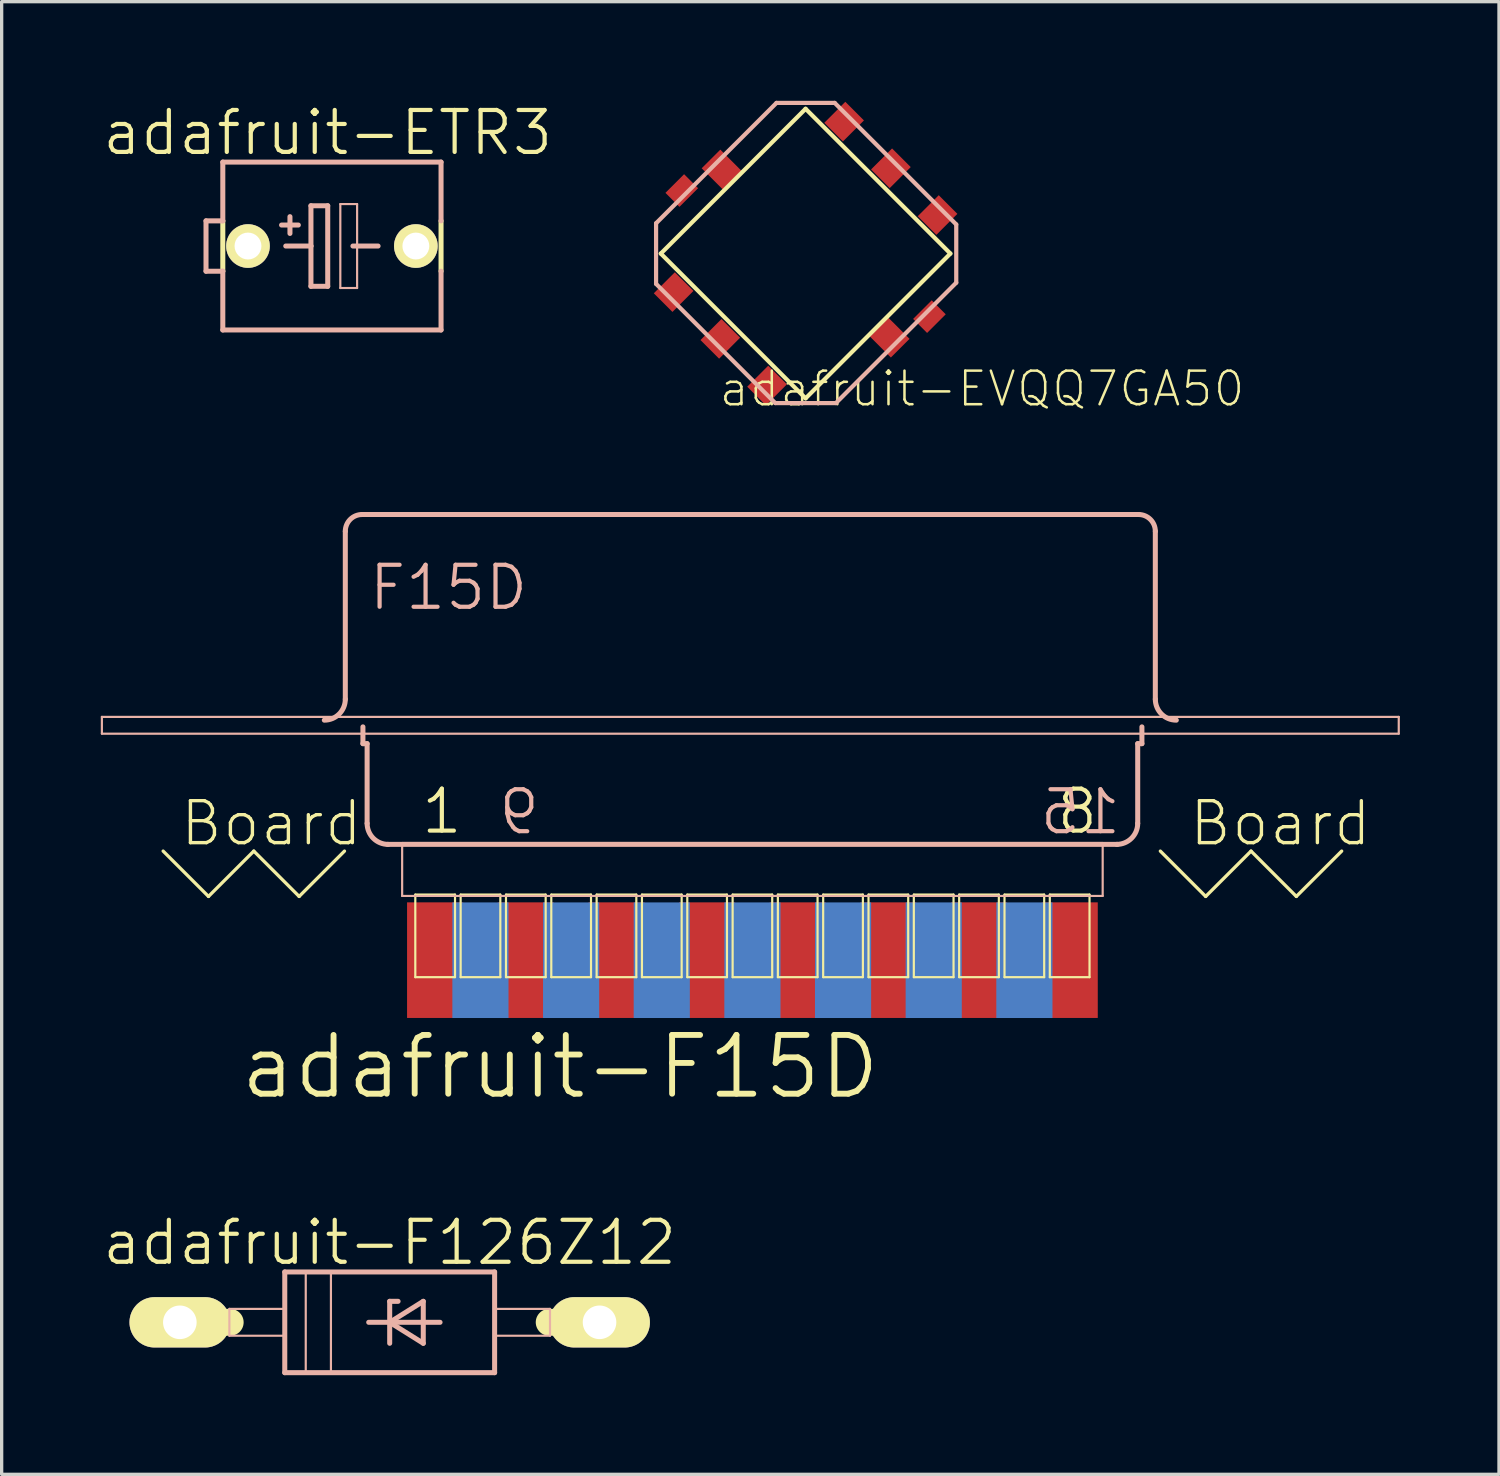
<source format=kicad_pcb>
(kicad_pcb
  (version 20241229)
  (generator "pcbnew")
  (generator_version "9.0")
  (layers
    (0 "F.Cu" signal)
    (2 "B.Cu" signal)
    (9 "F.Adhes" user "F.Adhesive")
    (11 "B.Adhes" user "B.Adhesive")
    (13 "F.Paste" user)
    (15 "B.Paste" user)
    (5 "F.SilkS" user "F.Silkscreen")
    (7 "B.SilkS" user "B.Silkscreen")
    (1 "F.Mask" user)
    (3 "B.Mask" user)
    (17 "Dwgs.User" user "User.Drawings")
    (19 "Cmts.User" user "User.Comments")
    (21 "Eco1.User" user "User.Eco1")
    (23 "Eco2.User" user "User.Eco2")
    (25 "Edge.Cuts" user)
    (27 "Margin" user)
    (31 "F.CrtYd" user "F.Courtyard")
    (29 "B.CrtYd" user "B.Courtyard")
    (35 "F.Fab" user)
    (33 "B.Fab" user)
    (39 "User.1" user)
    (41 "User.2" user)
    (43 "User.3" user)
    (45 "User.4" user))
  (footprint "adafruit-ETR3"
    (layer "F.Cu")
    (at 6.994 4.395)
    (property "Reference" "adafruit-ETR3" (at -0.127 -3.429 0) (layer "F.SilkS") (effects (font (size 1.27 1.27) (thickness 0.127))))
    (attr exclude_from_pos_files exclude_from_bom)
    (fp_line (start -3.302 0.762) (end -3.302 -0.762) (stroke (width 0.152) (type solid)) (layer "F.SilkS"))
    (fp_line (start 3.302 -0.762) (end 3.302 0.762) (stroke (width 0.152) (type solid)) (layer "F.SilkS"))
    (fp_line (start -3.81 -0.762) (end -3.81 0.762) (stroke (width 0.152) (type solid)) (layer "B.SilkS"))
    (fp_line (start -3.81 0.762) (end -3.302 0.762) (stroke (width 0.152) (type solid)) (layer "B.SilkS"))
    (fp_line (start -3.302 -0.762) (end -3.81 -0.762) (stroke (width 0.152) (type solid)) (layer "B.SilkS"))
    (fp_line (start -3.302 -0.762) (end -3.302 -2.54) (stroke (width 0.152) (type solid)) (layer "B.SilkS"))
    (fp_line (start -3.302 2.54) (end -3.302 0.762) (stroke (width 0.152) (type solid)) (layer "B.SilkS"))
    (fp_line (start -3.302 2.54) (end 3.302 2.54) (stroke (width 0.152) (type solid)) (layer "B.SilkS"))
    (fp_line (start -1.524 -0.635) (end -1.016 -0.635) (stroke (width 0.152) (type solid)) (layer "B.SilkS"))
    (fp_line (start -1.397 0) (end -0.635 0) (stroke (width 0.152) (type solid)) (layer "B.SilkS"))
    (fp_line (start -1.27 -0.889) (end -1.27 -0.381) (stroke (width 0.152) (type solid)) (layer "B.SilkS"))
    (fp_line (start -0.635 -1.219) (end -0.635 0) (stroke (width 0.152) (type solid)) (layer "B.SilkS"))
    (fp_line (start -0.635 0) (end -0.635 1.219) (stroke (width 0.152) (type solid)) (layer "B.SilkS"))
    (fp_line (start -0.635 1.219) (end -0.127 1.219) (stroke (width 0.152) (type solid)) (layer "B.SilkS"))
    (fp_line (start -0.127 -1.219) (end -0.635 -1.219) (stroke (width 0.152) (type solid)) (layer "B.SilkS"))
    (fp_line (start -0.127 1.219) (end -0.127 -1.219) (stroke (width 0.152) (type solid)) (layer "B.SilkS"))
    (fp_line (start 0.254 -1.27) (end 0.762 -1.27) (stroke (width 0.066) (type solid)) (layer "B.SilkS"))
    (fp_line (start 0.254 1.27) (end 0.254 -1.27) (stroke (width 0.066) (type solid)) (layer "B.SilkS"))
    (fp_line (start 0.254 1.27) (end 0.762 1.27) (stroke (width 0.066) (type solid)) (layer "B.SilkS"))
    (fp_line (start 0.635 0) (end 1.397 0) (stroke (width 0.152) (type solid)) (layer "B.SilkS"))
    (fp_line (start 0.762 1.27) (end 0.762 -1.27) (stroke (width 0.066) (type solid)) (layer "B.SilkS"))
    (fp_line (start 3.302 -2.54) (end -3.302 -2.54) (stroke (width 0.152) (type solid)) (layer "B.SilkS"))
    (fp_line (start 3.302 -0.762) (end 3.302 -2.54) (stroke (width 0.152) (type solid)) (layer "B.SilkS"))
    (fp_line (start 3.302 2.54) (end 3.302 0.762) (stroke (width 0.152) (type solid)) (layer "B.SilkS"))
    (pad "+" thru_hole circle (at -2.54 0) (size 1.321 1.321) (drill 0.813) (layers "*.Cu" "F.Mask" "F.SilkS" "F.Paste"))
    (pad "-" thru_hole circle (at 2.54 0) (size 1.321 1.321) (drill 0.813) (layers "*.Cu" "F.Mask" "F.SilkS" "F.Paste")))
  (footprint "adafruit-F126Z12"
    (layer "F.Cu")
    (at 8.742 36.963)
    (property "Reference" "adafruit-F126Z12" (at 0 -2.413 0) (layer "F.SilkS") (effects (font (size 1.27 1.27) (thickness 0.127))))
    (attr exclude_from_pos_files exclude_from_bom)
    (fp_line (start -6.35 0) (end -4.826 0) (stroke (width 0.813) (type solid)) (layer "F.SilkS"))
    (fp_line (start 6.35 0) (end 4.826 0) (stroke (width 0.813) (type solid)) (layer "F.SilkS"))
    (fp_line (start -4.851 -0.406) (end -3.175 -0.406) (stroke (width 0.066) (type solid)) (layer "B.SilkS"))
    (fp_line (start -4.851 0.406) (end -4.851 -0.406) (stroke (width 0.066) (type solid)) (layer "B.SilkS"))
    (fp_line (start -4.851 0.406) (end -3.175 0.406) (stroke (width 0.066) (type solid)) (layer "B.SilkS"))
    (fp_line (start -3.175 -1.524) (end -3.175 1.524) (stroke (width 0.152) (type solid)) (layer "B.SilkS"))
    (fp_line (start -3.175 0.406) (end -3.175 -0.406) (stroke (width 0.066) (type solid)) (layer "B.SilkS"))
    (fp_line (start -3.175 1.524) (end 3.175 1.524) (stroke (width 0.152) (type solid)) (layer "B.SilkS"))
    (fp_line (start -2.54 -1.524) (end -1.778 -1.524) (stroke (width 0.066) (type solid)) (layer "B.SilkS"))
    (fp_line (start -2.54 1.524) (end -2.54 -1.524) (stroke (width 0.066) (type solid)) (layer "B.SilkS"))
    (fp_line (start -2.54 1.524) (end -1.778 1.524) (stroke (width 0.066) (type solid)) (layer "B.SilkS"))
    (fp_line (start -1.778 1.524) (end -1.778 -1.524) (stroke (width 0.066) (type solid)) (layer "B.SilkS"))
    (fp_line (start -0.635 0) (end 0 0) (stroke (width 0.152) (type solid)) (layer "B.SilkS"))
    (fp_line (start 0 -0.635) (end 0 0) (stroke (width 0.152) (type solid)) (layer "B.SilkS"))
    (fp_line (start 0 0) (end 0 0.635) (stroke (width 0.152) (type solid)) (layer "B.SilkS"))
    (fp_line (start 0 0) (end 1.016 -0.635) (stroke (width 0.152) (type solid)) (layer "B.SilkS"))
    (fp_line (start 0 0) (end 1.524 0) (stroke (width 0.152) (type solid)) (layer "B.SilkS"))
    (fp_line (start 0.254 -0.635) (end 0 -0.635) (stroke (width 0.152) (type solid)) (layer "B.SilkS"))
    (fp_line (start 1.016 -0.635) (end 1.016 0.635) (stroke (width 0.152) (type solid)) (layer "B.SilkS"))
    (fp_line (start 1.016 0.635) (end 0 0) (stroke (width 0.152) (type solid)) (layer "B.SilkS"))
    (fp_line (start 3.175 -1.524) (end -3.175 -1.524) (stroke (width 0.152) (type solid)) (layer "B.SilkS"))
    (fp_line (start 3.175 -0.406) (end 4.851 -0.406) (stroke (width 0.066) (type solid)) (layer "B.SilkS"))
    (fp_line (start 3.175 0.406) (end 3.175 -0.406) (stroke (width 0.066) (type solid)) (layer "B.SilkS"))
    (fp_line (start 3.175 0.406) (end 4.851 0.406) (stroke (width 0.066) (type solid)) (layer "B.SilkS"))
    (fp_line (start 3.175 1.524) (end 3.175 -1.524) (stroke (width 0.152) (type solid)) (layer "B.SilkS"))
    (fp_line (start 4.851 0.406) (end 4.851 -0.406) (stroke (width 0.066) (type solid)) (layer "B.SilkS"))
    (pad "A" thru_hole oval (at 6.35 0 90) (size 1.524 3.048) (drill 1.016) (layers "*.Cu" "F.Mask" "F.SilkS" "F.Paste"))
    (pad "C" thru_hole oval (at -6.35 0 90) (size 1.524 3.048) (drill 1.016) (layers "*.Cu" "F.Mask" "F.SilkS" "F.Paste")))
  (footprint "adafruit-EVQQ7GA50"
    (layer "F.Cu")
    (at 21.327 4.623)
    (property "Reference" "adafruit-EVQQ7GA50" (at 5.339 4.092 0) (layer "F.SilkS") (effects (font (size 1.016 1.016) (thickness 0.076))))
    (attr smd)
    (fp_line (start -4.381 0) (end 0 -4.381) (stroke (width 0.127) (type solid)) (layer "F.SilkS"))
    (fp_line (start 0 -4.381) (end 4.381 0) (stroke (width 0.127) (type solid)) (layer "F.SilkS"))
    (fp_line (start 0 4.381) (end -4.381 0) (stroke (width 0.127) (type solid)) (layer "F.SilkS"))
    (fp_line (start 4.381 0) (end 0 4.381) (stroke (width 0.127) (type solid)) (layer "F.SilkS"))
    (fp_line (start -4.524 -0.917) (end -0.881 -4.559) (stroke (width 0.127) (type solid)) (layer "B.SilkS"))
    (fp_line (start -4.524 0.917) (end -4.524 -0.917) (stroke (width 0.127) (type solid)) (layer "B.SilkS"))
    (fp_line (start -0.917 4.524) (end -4.524 0.917) (stroke (width 0.127) (type solid)) (layer "B.SilkS"))
    (fp_line (start -0.881 -4.559) (end 0.881 -4.559) (stroke (width 0.127) (type solid)) (layer "B.SilkS"))
    (fp_line (start 0.881 -4.559) (end 4.559 -0.881) (stroke (width 0.127) (type solid)) (layer "B.SilkS"))
    (fp_line (start 0.917 4.524) (end -0.917 4.524) (stroke (width 0.127) (type solid)) (layer "B.SilkS"))
    (fp_line (start 4.559 -0.881) (end 4.559 0.881) (stroke (width 0.127) (type solid)) (layer "B.SilkS"))
    (fp_line (start 4.559 0.881) (end 0.917 4.524) (stroke (width 0.127) (type solid)) (layer "B.SilkS"))
    (pad "A" smd rect (at -3.993 1.166 135) (size 0.798 0.899) (layers "F.Cu" "F.Mask" "F.Paste"))
    (pad "B" smd rect (at -1.166 3.993 135) (size 0.798 0.899) (layers "F.Cu" "F.Mask" "F.Paste"))
    (pad "C" smd rect (at 1.166 -3.993 135) (size 0.798 0.899) (layers "F.Cu" "F.Mask" "F.Paste"))
    (pad "COM1" smd rect (at -2.545 -2.545 45) (size 0.798 0.899) (layers "F.Cu" "F.Mask" "F.Paste"))
    (pad "COM2" smd rect (at 2.545 2.545 45) (size 0.798 0.899) (layers "F.Cu" "F.Mask" "F.Paste"))
    (pad "COM3" smd rect (at 2.581 -2.581 135) (size 0.798 0.899) (layers "F.Cu" "F.Mask" "F.Paste"))
    (pad "D" smd rect (at 3.993 -1.166 135) (size 0.798 0.899) (layers "F.Cu" "F.Mask" "F.Paste"))
    (pad "E" smd rect (at -2.581 2.581 135) (size 0.798 0.899) (layers "F.Cu" "F.Mask" "F.Paste"))
    (pad "MT1" smd rect (at -3.747 -1.908 45) (size 0.798 0.599) (layers "F.Cu" "F.Mask" "F.Paste"))
    (pad "MT2" smd rect (at 3.747 1.908 45) (size 0.798 0.599) (layers "F.Cu" "F.Mask" "F.Paste")))
  (footprint "adafruit-F15D"
    (layer "F.Cu")
    (at 19.718 19.961)
    (property "Reference" "adafruit-F15D" (at -5.817 9.271 0) (layer "F.SilkS") (effects (font (size 1.778 1.778) (thickness 0.178))))
    (attr smd)
    (fp_line (start -17.831 2.743) (end -16.459 4.115) (stroke (width 0.1) (type solid)) (layer "F.SilkS"))
    (fp_line (start -16.459 4.115) (end -15.088 2.743) (stroke (width 0.1) (type solid)) (layer "F.SilkS"))
    (fp_line (start -15.088 2.743) (end -13.716 4.115) (stroke (width 0.1) (type solid)) (layer "F.SilkS"))
    (fp_line (start -13.716 4.115) (end -12.344 2.743) (stroke (width 0.1) (type solid)) (layer "F.SilkS"))
    (fp_line (start -10.201 4.059) (end -8.999 4.059) (stroke (width 0.066) (type solid)) (layer "F.SilkS"))
    (fp_line (start -10.201 6.558) (end -10.201 4.059) (stroke (width 0.066) (type solid)) (layer "F.SilkS"))
    (fp_line (start -10.201 6.558) (end -8.999 6.558) (stroke (width 0.066) (type solid)) (layer "F.SilkS"))
    (fp_line (start -8.999 6.558) (end -8.999 4.059) (stroke (width 0.066) (type solid)) (layer "F.SilkS"))
    (fp_line (start -8.829 4.059) (end -7.628 4.059) (stroke (width 0.066) (type solid)) (layer "F.SilkS"))
    (fp_line (start -8.829 6.558) (end -8.829 4.059) (stroke (width 0.066) (type solid)) (layer "F.SilkS"))
    (fp_line (start -8.829 6.558) (end -7.628 6.558) (stroke (width 0.066) (type solid)) (layer "F.SilkS"))
    (fp_line (start -7.628 6.558) (end -7.628 4.059) (stroke (width 0.066) (type solid)) (layer "F.SilkS"))
    (fp_line (start -7.457 4.059) (end -6.256 4.059) (stroke (width 0.066) (type solid)) (layer "F.SilkS"))
    (fp_line (start -7.457 6.558) (end -7.457 4.059) (stroke (width 0.066) (type solid)) (layer "F.SilkS"))
    (fp_line (start -7.457 6.558) (end -6.256 6.558) (stroke (width 0.066) (type solid)) (layer "F.SilkS"))
    (fp_line (start -6.256 6.558) (end -6.256 4.059) (stroke (width 0.066) (type solid)) (layer "F.SilkS"))
    (fp_line (start -6.086 4.059) (end -4.884 4.059) (stroke (width 0.066) (type solid)) (layer "F.SilkS"))
    (fp_line (start -6.086 6.558) (end -6.086 4.059) (stroke (width 0.066) (type solid)) (layer "F.SilkS"))
    (fp_line (start -6.086 6.558) (end -4.884 6.558) (stroke (width 0.066) (type solid)) (layer "F.SilkS"))
    (fp_line (start -4.884 6.558) (end -4.884 4.059) (stroke (width 0.066) (type solid)) (layer "F.SilkS"))
    (fp_line (start -4.714 4.059) (end -3.513 4.059) (stroke (width 0.066) (type solid)) (layer "F.SilkS"))
    (fp_line (start -4.714 6.558) (end -4.714 4.059) (stroke (width 0.066) (type solid)) (layer "F.SilkS"))
    (fp_line (start -4.714 6.558) (end -3.513 6.558) (stroke (width 0.066) (type solid)) (layer "F.SilkS"))
    (fp_line (start -3.513 6.558) (end -3.513 4.059) (stroke (width 0.066) (type solid)) (layer "F.SilkS"))
    (fp_line (start -3.343 4.059) (end -2.141 4.059) (stroke (width 0.066) (type solid)) (layer "F.SilkS"))
    (fp_line (start -3.343 6.558) (end -3.343 4.059) (stroke (width 0.066) (type solid)) (layer "F.SilkS"))
    (fp_line (start -3.343 6.558) (end -2.141 6.558) (stroke (width 0.066) (type solid)) (layer "F.SilkS"))
    (fp_line (start -2.141 6.558) (end -2.141 4.059) (stroke (width 0.066) (type solid)) (layer "F.SilkS"))
    (fp_line (start -1.971 4.059) (end -0.77 4.059) (stroke (width 0.066) (type solid)) (layer "F.SilkS"))
    (fp_line (start -1.971 6.558) (end -1.971 4.059) (stroke (width 0.066) (type solid)) (layer "F.SilkS"))
    (fp_line (start -1.971 6.558) (end -0.77 6.558) (stroke (width 0.066) (type solid)) (layer "F.SilkS"))
    (fp_line (start -0.77 6.558) (end -0.77 4.059) (stroke (width 0.066) (type solid)) (layer "F.SilkS"))
    (fp_line (start -0.599 4.059) (end 0.599 4.059) (stroke (width 0.066) (type solid)) (layer "F.SilkS"))
    (fp_line (start -0.599 6.558) (end -0.599 4.059) (stroke (width 0.066) (type solid)) (layer "F.SilkS"))
    (fp_line (start -0.599 6.558) (end 0.599 6.558) (stroke (width 0.066) (type solid)) (layer "F.SilkS"))
    (fp_line (start 0.599 6.558) (end 0.599 4.059) (stroke (width 0.066) (type solid)) (layer "F.SilkS"))
    (fp_line (start 0.77 4.059) (end 1.971 4.059) (stroke (width 0.066) (type solid)) (layer "F.SilkS"))
    (fp_line (start 0.77 6.558) (end 0.77 4.059) (stroke (width 0.066) (type solid)) (layer "F.SilkS"))
    (fp_line (start 0.77 6.558) (end 1.971 6.558) (stroke (width 0.066) (type solid)) (layer "F.SilkS"))
    (fp_line (start 1.971 6.558) (end 1.971 4.059) (stroke (width 0.066) (type solid)) (layer "F.SilkS"))
    (fp_line (start 2.141 4.059) (end 3.343 4.059) (stroke (width 0.066) (type solid)) (layer "F.SilkS"))
    (fp_line (start 2.141 6.558) (end 2.141 4.059) (stroke (width 0.066) (type solid)) (layer "F.SilkS"))
    (fp_line (start 2.141 6.558) (end 3.343 6.558) (stroke (width 0.066) (type solid)) (layer "F.SilkS"))
    (fp_line (start 3.343 6.558) (end 3.343 4.059) (stroke (width 0.066) (type solid)) (layer "F.SilkS"))
    (fp_line (start 3.513 4.059) (end 4.714 4.059) (stroke (width 0.066) (type solid)) (layer "F.SilkS"))
    (fp_line (start 3.513 6.558) (end 3.513 4.059) (stroke (width 0.066) (type solid)) (layer "F.SilkS"))
    (fp_line (start 3.513 6.558) (end 4.714 6.558) (stroke (width 0.066) (type solid)) (layer "F.SilkS"))
    (fp_line (start 4.714 6.558) (end 4.714 4.059) (stroke (width 0.066) (type solid)) (layer "F.SilkS"))
    (fp_line (start 4.884 4.059) (end 6.086 4.059) (stroke (width 0.066) (type solid)) (layer "F.SilkS"))
    (fp_line (start 4.884 6.558) (end 4.884 4.059) (stroke (width 0.066) (type solid)) (layer "F.SilkS"))
    (fp_line (start 4.884 6.558) (end 6.086 6.558) (stroke (width 0.066) (type solid)) (layer "F.SilkS"))
    (fp_line (start 6.086 6.558) (end 6.086 4.059) (stroke (width 0.066) (type solid)) (layer "F.SilkS"))
    (fp_line (start 6.256 4.059) (end 7.457 4.059) (stroke (width 0.066) (type solid)) (layer "F.SilkS"))
    (fp_line (start 6.256 6.558) (end 6.256 4.059) (stroke (width 0.066) (type solid)) (layer "F.SilkS"))
    (fp_line (start 6.256 6.558) (end 7.457 6.558) (stroke (width 0.066) (type solid)) (layer "F.SilkS"))
    (fp_line (start 7.457 6.558) (end 7.457 4.059) (stroke (width 0.066) (type solid)) (layer "F.SilkS"))
    (fp_line (start 7.628 4.059) (end 8.829 4.059) (stroke (width 0.066) (type solid)) (layer "F.SilkS"))
    (fp_line (start 7.628 6.558) (end 7.628 4.059) (stroke (width 0.066) (type solid)) (layer "F.SilkS"))
    (fp_line (start 7.628 6.558) (end 8.829 6.558) (stroke (width 0.066) (type solid)) (layer "F.SilkS"))
    (fp_line (start 8.829 6.558) (end 8.829 4.059) (stroke (width 0.066) (type solid)) (layer "F.SilkS"))
    (fp_line (start 8.999 4.059) (end 10.201 4.059) (stroke (width 0.066) (type solid)) (layer "F.SilkS"))
    (fp_line (start 8.999 6.558) (end 8.999 4.059) (stroke (width 0.066) (type solid)) (layer "F.SilkS"))
    (fp_line (start 8.999 6.558) (end 10.201 6.558) (stroke (width 0.066) (type solid)) (layer "F.SilkS"))
    (fp_line (start 10.201 6.558) (end 10.201 4.059) (stroke (width 0.066) (type solid)) (layer "F.SilkS"))
    (fp_line (start 12.344 2.743) (end 13.716 4.115) (stroke (width 0.1) (type solid)) (layer "F.SilkS"))
    (fp_line (start 13.716 4.115) (end 15.088 2.743) (stroke (width 0.1) (type solid)) (layer "F.SilkS"))
    (fp_line (start 15.088 2.743) (end 16.459 4.115) (stroke (width 0.1) (type solid)) (layer "F.SilkS"))
    (fp_line (start 16.459 4.115) (end 17.831 2.743) (stroke (width 0.1) (type solid)) (layer "F.SilkS"))
    (fp_line (start -19.685 -1.318) (end 19.558 -1.318) (stroke (width 0.066) (type solid)) (layer "B.SilkS"))
    (fp_line (start -19.685 -0.81) (end -19.685 -1.318) (stroke (width 0.066) (type solid)) (layer "B.SilkS"))
    (fp_line (start -19.685 -0.81) (end 19.558 -0.81) (stroke (width 0.066) (type solid)) (layer "B.SilkS"))
    (fp_line (start -12.319 -1.854) (end -12.319 -6.934) (stroke (width 0.152) (type solid)) (layer "B.SilkS"))
    (fp_line (start -11.811 -7.442) (end 11.684 -7.442) (stroke (width 0.152) (type solid)) (layer "B.SilkS"))
    (fp_line (start -11.786 -0.508) (end -11.786 -1.016) (stroke (width 0.152) (type solid)) (layer "B.SilkS"))
    (fp_line (start -11.786 -0.508) (end -11.659 -0.508) (stroke (width 0.152) (type solid)) (layer "B.SilkS"))
    (fp_line (start -11.659 1.905) (end -11.659 -0.508) (stroke (width 0.152) (type solid)) (layer "B.SilkS"))
    (fp_line (start -11.041 2.54) (end 11.041 2.54) (stroke (width 0.152) (type solid)) (layer "B.SilkS"))
    (fp_line (start -10.599 2.499) (end 10.599 2.499) (stroke (width 0.066) (type solid)) (layer "B.SilkS"))
    (fp_line (start -10.599 4.1) (end -10.599 2.499) (stroke (width 0.066) (type solid)) (layer "B.SilkS"))
    (fp_line (start -10.599 4.1) (end 10.599 4.1) (stroke (width 0.066) (type solid)) (layer "B.SilkS"))
    (fp_line (start 10.599 4.1) (end 10.599 2.499) (stroke (width 0.066) (type solid)) (layer "B.SilkS"))
    (fp_line (start 11.659 -0.508) (end 11.786 -0.508) (stroke (width 0.152) (type solid)) (layer "B.SilkS"))
    (fp_line (start 11.659 1.905) (end 11.659 -0.508) (stroke (width 0.152) (type solid)) (layer "B.SilkS"))
    (fp_line (start 11.786 -0.508) (end 11.786 -1.016) (stroke (width 0.152) (type solid)) (layer "B.SilkS"))
    (fp_line (start 12.192 -1.854) (end 12.192 -6.934) (stroke (width 0.152) (type solid)) (layer "B.SilkS"))
    (fp_line (start 19.558 -0.81) (end 19.558 -1.318) (stroke (width 0.066) (type solid)) (layer "B.SilkS"))
    (fp_arc (start -12.319 -6.9342) (mid -12.17021 -7.29341) (end -11.811 -7.4422) (stroke (width 0.1524) (type solid)) (layer "B.SilkS"))
    (fp_arc (start -12.319 -1.8542) (mid -12.504987 -1.405187) (end -12.954 -1.2192) (stroke (width 0.1524) (type solid)) (layer "B.SilkS"))
    (fp_arc (start -11.0236 2.54) (mid -11.472613 2.354013) (end -11.6586 1.905) (stroke (width 0.1524) (type solid)) (layer "B.SilkS"))
    (fp_arc (start 11.6586 1.905) (mid 11.472613 2.354013) (end 11.0236 2.54) (stroke (width 0.1524) (type solid)) (layer "B.SilkS"))
    (fp_arc (start 11.684 -7.4422) (mid 12.04321 -7.29341) (end 12.192 -6.9342) (stroke (width 0.1524) (type solid)) (layer "B.SilkS"))
    (fp_arc (start 12.827 -1.2192) (mid 12.377987 -1.405187) (end 12.192 -1.8542) (stroke (width 0.1524) (type solid)) (layer "B.SilkS"))
    (fp_text user "Board " (at -14.072 1.905 0) (layer "F.SilkS") (effects (font (size 1.27 1.27) (thickness 0.102))))
    (fp_text user "1" (at -9.398 1.542 0) (layer "F.SilkS") (effects (font (size 1.27 1.27) (thickness 0.127))))
    (fp_text user "8" (at 9.832 1.542 0) (layer "F.SilkS") (effects (font (size 1.27 1.27) (thickness 0.127))))
    (fp_text user "Board" (at 15.977 1.905 0) (layer "F.SilkS") (effects (font (size 1.27 1.27) (thickness 0.102))))
    (fp_text user "F15D" (at -9.195 -5.232 0) (layer "B.SilkS") (effects (font (size 1.27 1.27) (thickness 0.127))))
    (fp_text user "15" (at 9.926 1.56 0) (layer "B.SilkS") (effects (font (size 1.27 1.27) (thickness 0.127)) (justify mirror)))
    (fp_text user "9" (at -7.056 1.56 0) (layer "B.SilkS") (effects (font (size 1.27 1.27) (thickness 0.127)) (justify mirror)))
    (pad "1" smd rect (at -9.601 6.043) (size 1.699 3.498) (layers "F.Cu" "F.Mask" "F.Paste"))
    (pad "2" smd rect (at -6.858 6.043) (size 1.699 3.498) (layers "F.Cu" "F.Mask" "F.Paste"))
    (pad "3" smd rect (at -4.112 6.043) (size 1.699 3.498) (layers "F.Cu" "F.Mask" "F.Paste"))
    (pad "4" smd rect (at -1.372 6.043) (size 1.699 3.498) (layers "F.Cu" "F.Mask" "F.Paste"))
    (pad "5" smd rect (at 1.372 6.043) (size 1.699 3.498) (layers "F.Cu" "F.Mask" "F.Paste"))
    (pad "6" smd rect (at 4.112 6.043) (size 1.699 3.498) (layers "F.Cu" "F.Mask" "F.Paste"))
    (pad "7" smd rect (at 6.858 6.043) (size 1.699 3.498) (layers "F.Cu" "F.Mask" "F.Paste"))
    (pad "8" smd rect (at 9.601 6.043) (size 1.699 3.498) (layers "F.Cu" "F.Mask" "F.Paste"))
    (pad "9" smd rect (at -8.23 6.045) (size 1.699 3.498) (layers "B.Cu" "B.Mask"))
    (pad "10" smd rect (at -5.486 6.045) (size 1.699 3.498) (layers "B.Cu" "B.Mask"))
    (pad "11" smd rect (at -2.743 6.045) (size 1.699 3.498) (layers "B.Cu" "B.Mask"))
    (pad "12" smd rect (at 0 6.045) (size 1.699 3.498) (layers "B.Cu" "B.Mask"))
    (pad "13" smd rect (at 2.743 6.045) (size 1.699 3.498) (layers "B.Cu" "B.Mask"))
    (pad "14" smd rect (at 5.486 6.045) (size 1.699 3.498) (layers "B.Cu" "B.Mask"))
    (pad "15" smd rect (at 8.23 6.045) (size 1.699 3.498) (layers "B.Cu" "B.Mask")))
  (gr_rect
    (start -3 -3)
    (end 42.309 41.563)
    (stroke (width 0.1) (type default))
    (fill no)
    (layer "Edge.Cuts")))
</source>
